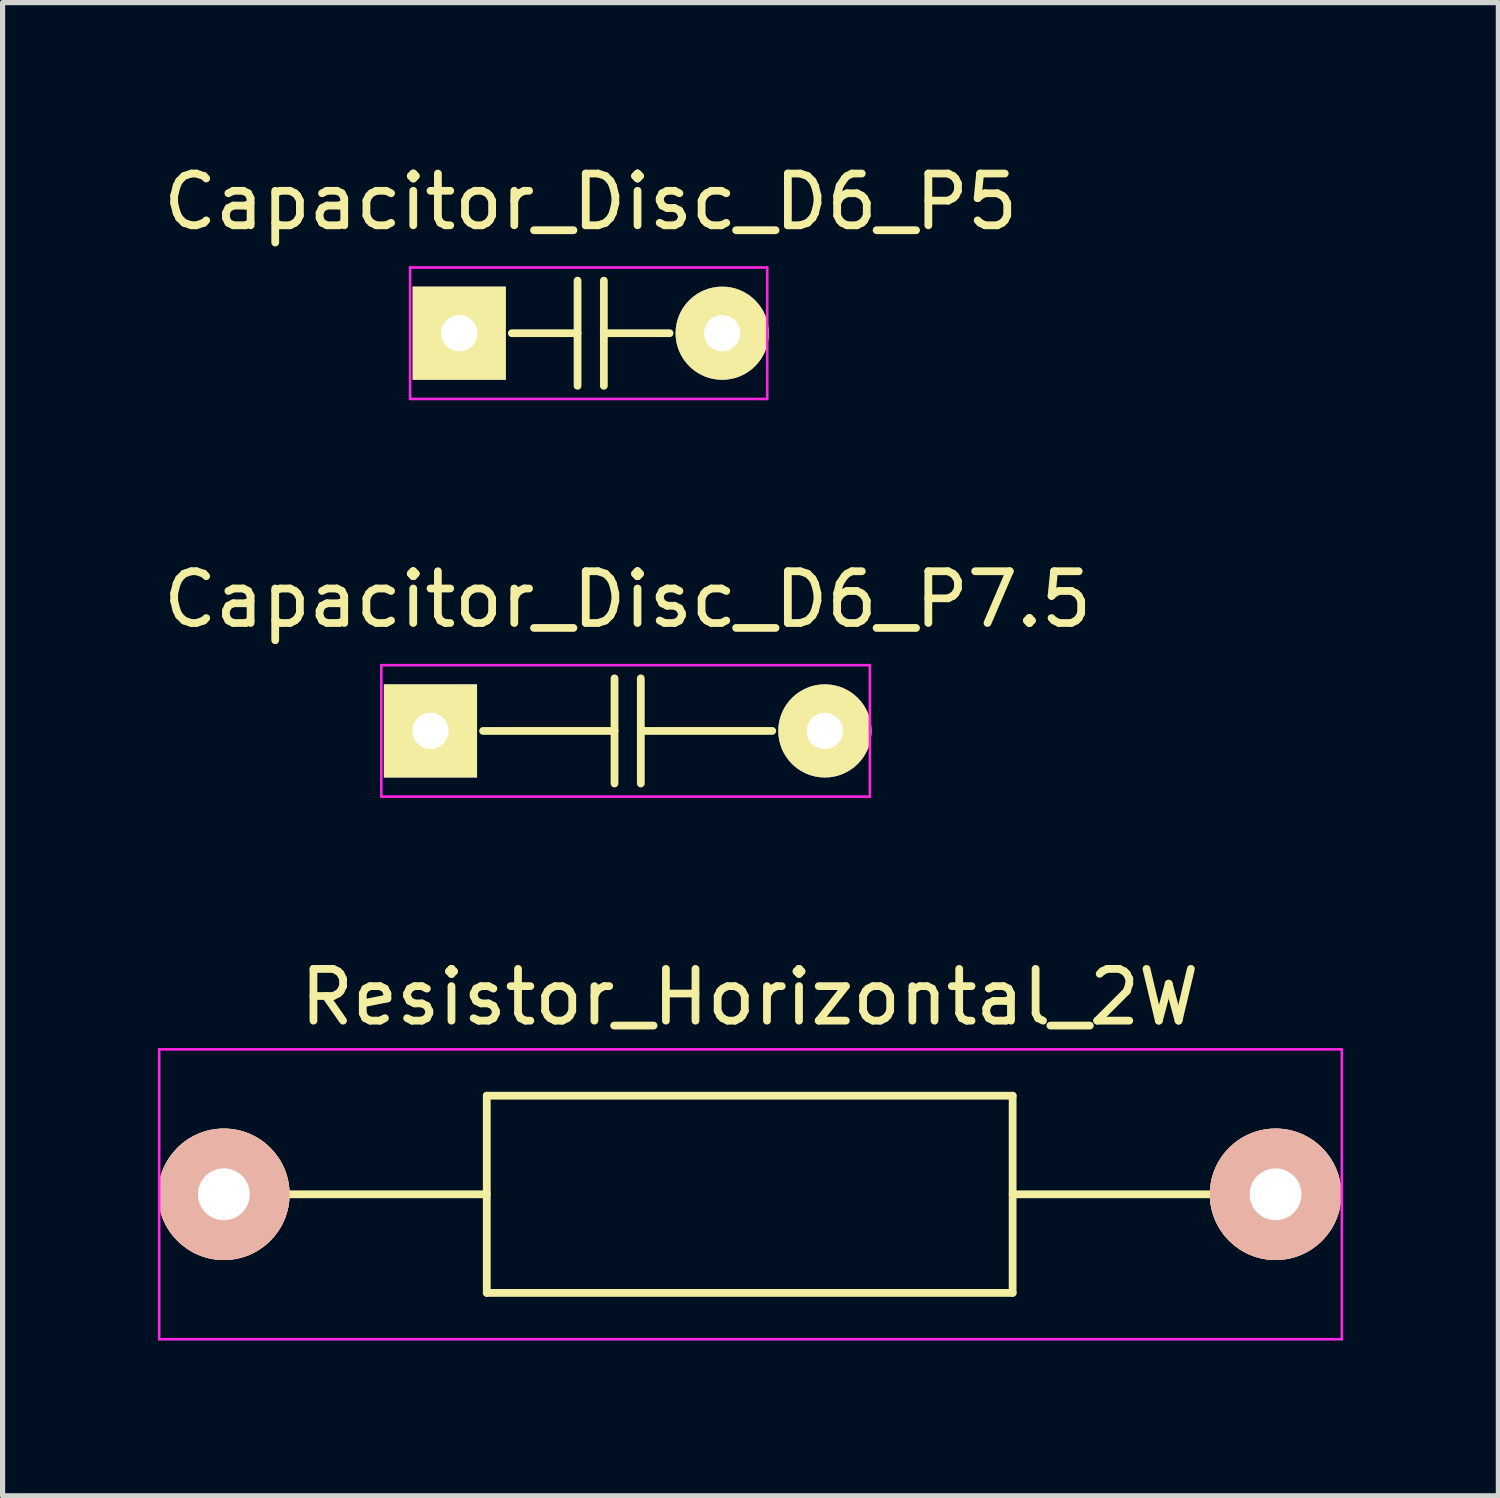
<source format=kicad_pcb>
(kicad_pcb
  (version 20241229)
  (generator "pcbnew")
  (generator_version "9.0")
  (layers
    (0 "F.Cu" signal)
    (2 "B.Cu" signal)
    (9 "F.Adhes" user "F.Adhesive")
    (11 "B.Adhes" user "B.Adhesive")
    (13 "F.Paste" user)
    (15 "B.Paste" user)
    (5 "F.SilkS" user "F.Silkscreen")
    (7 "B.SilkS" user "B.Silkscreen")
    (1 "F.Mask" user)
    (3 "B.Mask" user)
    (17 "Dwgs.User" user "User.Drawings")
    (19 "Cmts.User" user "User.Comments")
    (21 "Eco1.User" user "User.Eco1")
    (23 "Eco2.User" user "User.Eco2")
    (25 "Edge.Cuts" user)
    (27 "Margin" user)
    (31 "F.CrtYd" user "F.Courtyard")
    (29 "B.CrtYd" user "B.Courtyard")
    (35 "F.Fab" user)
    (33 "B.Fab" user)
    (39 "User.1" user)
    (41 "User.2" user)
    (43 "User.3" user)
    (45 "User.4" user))
  (footprint "Resistor_Horizontal_2W"
    (layer "F.Cu")
    (at 1.275 20.025)
    (property "Reference" "Resistor_Horizontal_2W" (at 10.16 -3.81 0) (layer "F.SilkS") (effects (font (size 1 1) (thickness 0.15))))
    (attr through_hole)
    (fp_line (start 1.27 0) (end 5.08 0) (stroke (width 0.15) (type solid)) (layer "F.SilkS"))
    (fp_line (start 5.08 -1.905) (end 5.08 1.905) (stroke (width 0.15) (type solid)) (layer "F.SilkS"))
    (fp_line (start 5.08 1.905) (end 15.24 1.905) (stroke (width 0.15) (type solid)) (layer "F.SilkS"))
    (fp_line (start 15.24 -1.905) (end 5.08 -1.905) (stroke (width 0.15) (type solid)) (layer "F.SilkS"))
    (fp_line (start 15.24 1.905) (end 15.24 -1.905) (stroke (width 0.15) (type solid)) (layer "F.SilkS"))
    (fp_line (start 19.05 0) (end 15.24 0) (stroke (width 0.15) (type solid)) (layer "F.SilkS"))
    (fp_line (start -1.25 -2.8) (end 21.6 -2.8) (stroke (width 0.05) (type solid)) (layer "F.CrtYd"))
    (fp_line (start -1.25 2.8) (end -1.25 -2.8) (stroke (width 0.05) (type solid)) (layer "F.CrtYd"))
    (fp_line (start 21.6 -2.8) (end 21.6 2.8) (stroke (width 0.05) (type solid)) (layer "F.CrtYd"))
    (fp_line (start 21.6 2.8) (end -1.25 2.8) (stroke (width 0.05) (type solid)) (layer "F.CrtYd"))
    (pad "1" thru_hole circle (at 0 0) (size 2.54 2.54) (drill 1.001) (layers "*.Cu" "*.SilkS" "*.Mask"))
    (pad "2" thru_hole circle (at 20.32 0) (size 2.54 2.54) (drill 1.001) (layers "*.Cu" "*.SilkS" "*.Mask")))
  (footprint "Capacitor_Disc_D6_P7.5"
    (layer "F.Cu")
    (at 9.077 11.072)
    (property "Reference" "Capacitor_Disc_D6_P7.5" (at 0 -2.54 0) (layer "F.SilkS") (effects (font (size 1 1) (thickness 0.15))))
    (attr through_hole)
    (fp_line (start -0.254 -1.016) (end -0.254 1.016) (stroke (width 0.15) (type solid)) (layer "F.SilkS"))
    (fp_line (start -0.254 0) (end -2.794 0) (stroke (width 0.15) (type solid)) (layer "F.SilkS"))
    (fp_line (start 0.254 -1.016) (end 0.254 1.016) (stroke (width 0.15) (type solid)) (layer "F.SilkS"))
    (fp_line (start 0.254 0) (end 2.794 0) (stroke (width 0.15) (type solid)) (layer "F.SilkS"))
    (fp_line (start -4.76 -1.27) (end 4.68 -1.27) (stroke (width 0.05) (type solid)) (layer "F.CrtYd"))
    (fp_line (start -4.76 1.27) (end -4.76 -1.27) (stroke (width 0.05) (type solid)) (layer "F.CrtYd"))
    (fp_line (start 4.68 -1.27) (end 4.68 1.27) (stroke (width 0.05) (type solid)) (layer "F.CrtYd"))
    (fp_line (start 4.68 1.27) (end -4.76 1.27) (stroke (width 0.05) (type solid)) (layer "F.CrtYd"))
    (pad "1" thru_hole rect (at -3.81 0) (size 1.8 1.8) (drill 0.7) (layers "*.Cu" "*.Mask" "F.SilkS"))
    (pad "2" thru_hole circle (at 3.81 0) (size 1.8 1.8) (drill 0.7) (layers "*.Cu" "*.Mask" "F.SilkS")))
  (footprint "Capacitor_Disc_D6_P5"
    (layer "F.Cu")
    (at 5.823 3.388)
    (property "Reference" "Capacitor_Disc_D6_P5" (at 2.54 -2.54 0) (layer "F.SilkS") (effects (font (size 1 1) (thickness 0.15))))
    (attr through_hole)
    (fp_line (start 1.016 0) (end 2.286 0) (stroke (width 0.15) (type solid)) (layer "F.SilkS"))
    (fp_line (start 2.286 -1.016) (end 2.286 1.016) (stroke (width 0.15) (type solid)) (layer "F.SilkS"))
    (fp_line (start 2.794 -1.016) (end 2.794 1.016) (stroke (width 0.15) (type solid)) (layer "F.SilkS"))
    (fp_line (start 2.794 0) (end 4.064 0) (stroke (width 0.15) (type solid)) (layer "F.SilkS"))
    (fp_line (start -0.95 -1.27) (end 5.95 -1.27) (stroke (width 0.05) (type solid)) (layer "F.CrtYd"))
    (fp_line (start -0.95 1.27) (end -0.95 -1.27) (stroke (width 0.05) (type solid)) (layer "F.CrtYd"))
    (fp_line (start 5.95 -1.27) (end 5.95 1.27) (stroke (width 0.05) (type solid)) (layer "F.CrtYd"))
    (fp_line (start 5.95 1.27) (end -0.95 1.27) (stroke (width 0.05) (type solid)) (layer "F.CrtYd"))
    (pad "1" thru_hole rect (at 0 0) (size 1.8 1.8) (drill 0.7) (layers "*.Cu" "*.Mask" "F.SilkS"))
    (pad "2" thru_hole circle (at 5.08 0) (size 1.8 1.8) (drill 0.7) (layers "*.Cu" "*.Mask" "F.SilkS")))
  (gr_rect
    (start -3 -3)
    (end 25.9 25.85)
    (stroke (width 0.1) (type default))
    (fill no)
    (layer "Edge.Cuts")))
</source>
